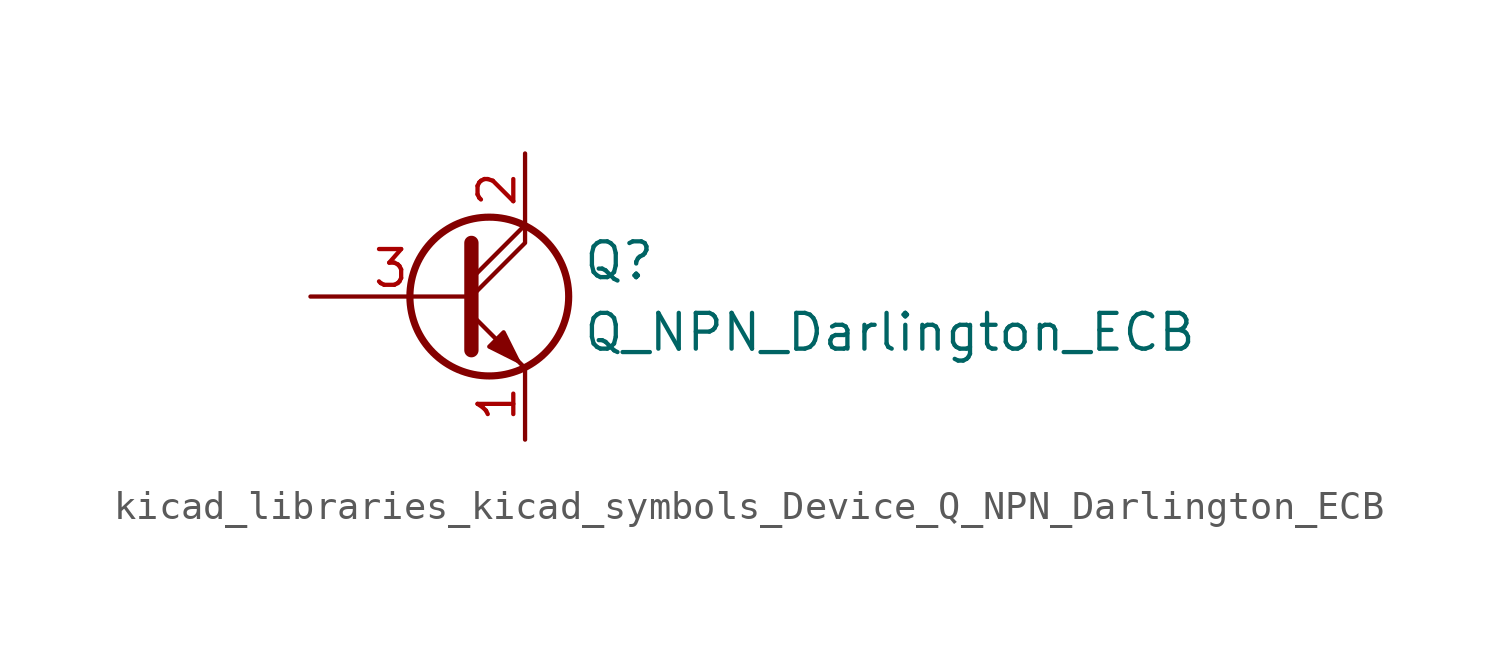
<source format=kicad_sym>
(kicad_symbol_lib
  (version 20220914)
  (generator kicad_symbol_editor)
  (symbol "kicad_libraries_kicad_symbols_Device_Q_NPN_Darlington_ECB"
    (pin_names
      (offset 0) hide)
    (property "Reference" "Q"
      (at 4.572 1.27 0)
      (effects (font (size 1.27 1.27)) (justify left)))
    (property "Value" "Q_NPN_Darlington_ECB"
      (at 4.572 -1.27 0)
      (effects (font (size 1.27 1.27)) (justify left)))
    (symbol "kicad_libraries_kicad_symbols_Device_Q_NPN_Darlington_ECB_0_1"
      (polyline (pts (xy 0.635 0.635) (xy 2.54 2.54)) (stroke (width 0) (type default)) (fill (type none)))
      (polyline (pts (xy 0.635 -0.635) (xy 2.54 -2.54) (xy 2.54 -2.54)) (stroke (width 0) (type default)) (fill (type none)))
      (polyline (pts (xy 0.635 0) (xy 2.54 1.905) (xy 2.54 2.54)) (stroke (width 0) (type default)) (fill (type none)))
      (polyline (pts (xy 0.635 1.905) (xy 0.635 -1.905) (xy 0.635 -1.905)) (stroke (width 0.508) (type default)) (fill (type none)))
      (polyline (pts (xy 1.27 -1.778) (xy 1.778 -1.27) (xy 2.286 -2.286) (xy 1.27 -1.778) (xy 1.27 -1.778)) (stroke (width 0) (type default)) (fill (type outline)))
      (circle (center 1.27 0) (radius 2.819) (stroke (width 0.254) (type default)) (fill (type none))))
    (symbol "kicad_libraries_kicad_symbols_Device_Q_NPN_Darlington_ECB_1_1"
      (pin passive line (at 2.54 -5.08 90) (length 2.54) (name "E" (effects (font (size 1.27 1.27)))) (number "1" (effects (font (size 1.27 1.27)))))
      (pin passive line (at 2.54 5.08 270) (length 2.54) (name "C" (effects (font (size 1.27 1.27)))) (number "2" (effects (font (size 1.27 1.27)))))
      (pin passive line (at -5.08 0 0) (length 5.715) (name "B" (effects (font (size 1.27 1.27)))) (number "3" (effects (font (size 1.27 1.27))))))))
</source>
